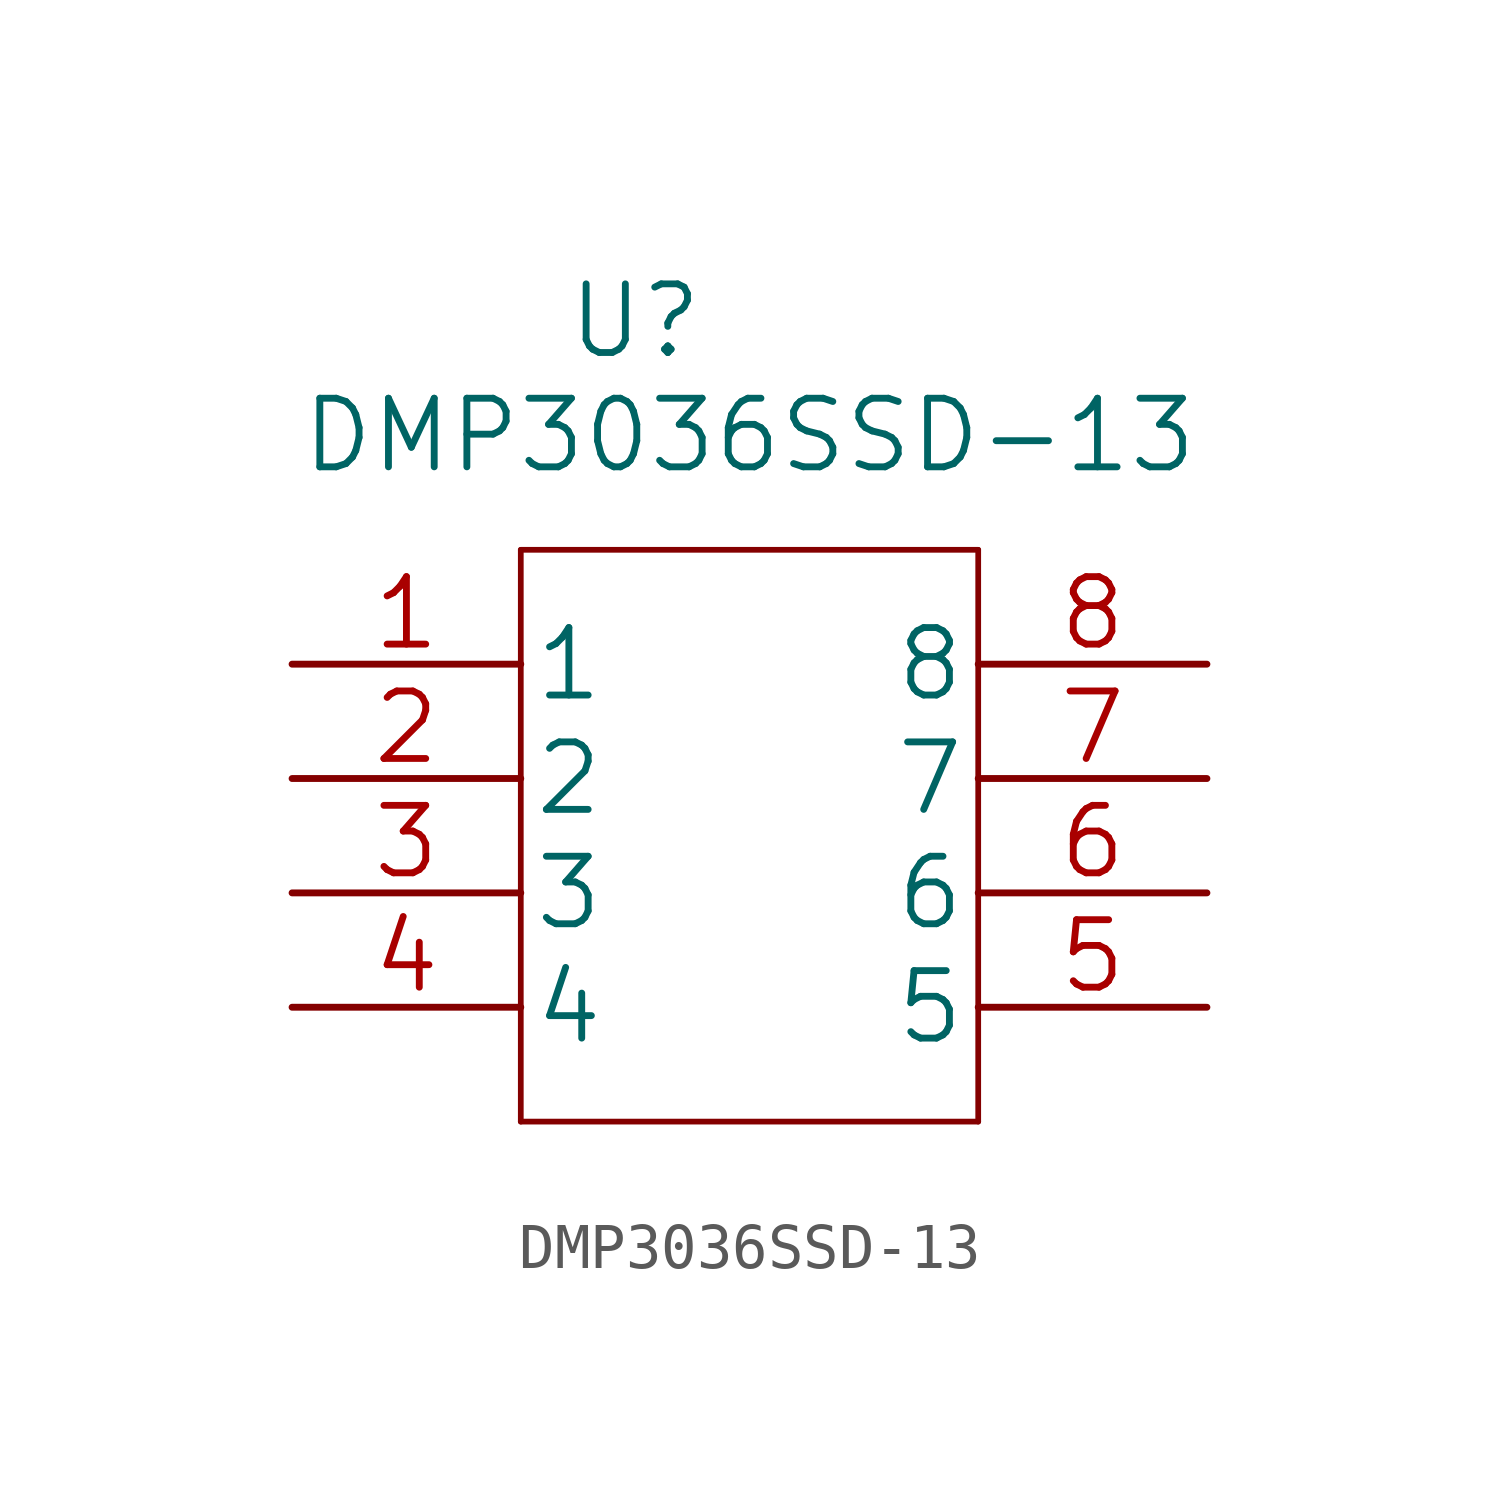
<source format=kicad_sym>
(kicad_symbol_lib
  (version 20211014)
  (generator kicad_symbol_editor)
  (symbol "DMP3036SSD-13"
    (pin_names
      (offset 0.254))
    (property "Reference" "U"
      (at -2.54 10.16 0)
      (effects (font (size 1.524 1.524))))
    (property "Value" "DMP3036SSD-13"
      (at 0 7.62 0)
      (effects (font (size 1.524 1.524))))
    (symbol "DMP3036SSD-13_1_1"
      (polyline (pts (xy -5.08 -7.62) (xy 5.08 -7.62)) (stroke (width 0.127) (type default) (color 0 0 0 0)) (fill (type none)))
      (polyline (pts (xy -5.08 5.08) (xy -5.08 -7.62)) (stroke (width 0.127) (type default) (color 0 0 0 0)) (fill (type none)))
      (polyline (pts (xy 5.08 -7.62) (xy 5.08 5.08)) (stroke (width 0.127) (type default) (color 0 0 0 0)) (fill (type none)))
      (polyline (pts (xy 5.08 5.08) (xy -5.08 5.08)) (stroke (width 0.127) (type default) (color 0 0 0 0)) (fill (type none)))
      (pin unspecified line (at -10.16 2.54 0) (length 5.08) (name "1" (effects (font (size 1.499 1.499)))) (number "1" (effects (font (size 1.499 1.499)))))
      (pin unspecified line (at -10.16 0 0) (length 5.08) (name "2" (effects (font (size 1.499 1.499)))) (number "2" (effects (font (size 1.499 1.499)))))
      (pin unspecified line (at -10.16 -2.54 0) (length 5.08) (name "3" (effects (font (size 1.499 1.499)))) (number "3" (effects (font (size 1.499 1.499)))))
      (pin unspecified line (at -10.16 -5.08 0) (length 5.08) (name "4" (effects (font (size 1.499 1.499)))) (number "4" (effects (font (size 1.499 1.499)))))
      (pin unspecified line (at 10.16 -5.08 180) (length 5.08) (name "5" (effects (font (size 1.499 1.499)))) (number "5" (effects (font (size 1.499 1.499)))))
      (pin unspecified line (at 10.16 -2.54 180) (length 5.08) (name "6" (effects (font (size 1.499 1.499)))) (number "6" (effects (font (size 1.499 1.499)))))
      (pin unspecified line (at 10.16 0 180) (length 5.08) (name "7" (effects (font (size 1.499 1.499)))) (number "7" (effects (font (size 1.499 1.499)))))
      (pin unspecified line (at 10.16 2.54 180) (length 5.08) (name "8" (effects (font (size 1.499 1.499)))) (number "8" (effects (font (size 1.499 1.499))))))))
</source>
